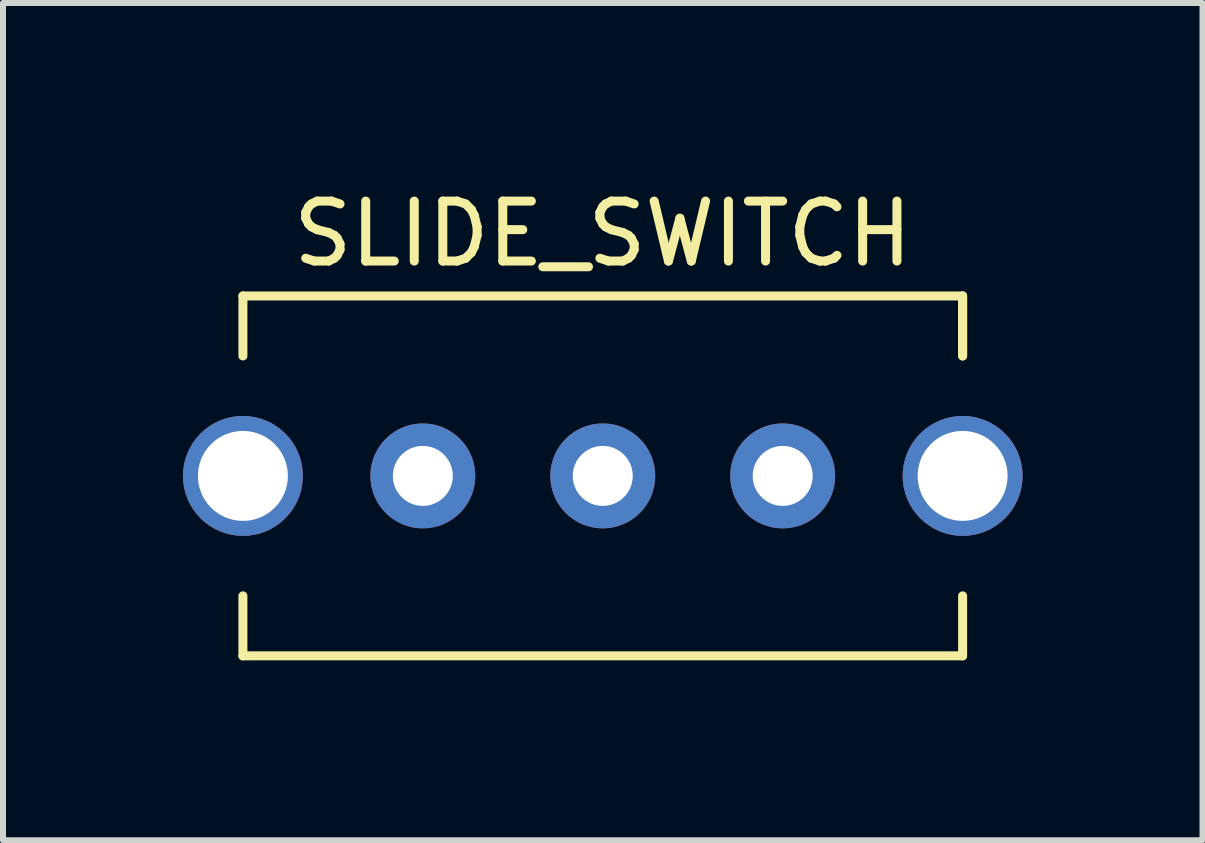
<source format=kicad_pcb>
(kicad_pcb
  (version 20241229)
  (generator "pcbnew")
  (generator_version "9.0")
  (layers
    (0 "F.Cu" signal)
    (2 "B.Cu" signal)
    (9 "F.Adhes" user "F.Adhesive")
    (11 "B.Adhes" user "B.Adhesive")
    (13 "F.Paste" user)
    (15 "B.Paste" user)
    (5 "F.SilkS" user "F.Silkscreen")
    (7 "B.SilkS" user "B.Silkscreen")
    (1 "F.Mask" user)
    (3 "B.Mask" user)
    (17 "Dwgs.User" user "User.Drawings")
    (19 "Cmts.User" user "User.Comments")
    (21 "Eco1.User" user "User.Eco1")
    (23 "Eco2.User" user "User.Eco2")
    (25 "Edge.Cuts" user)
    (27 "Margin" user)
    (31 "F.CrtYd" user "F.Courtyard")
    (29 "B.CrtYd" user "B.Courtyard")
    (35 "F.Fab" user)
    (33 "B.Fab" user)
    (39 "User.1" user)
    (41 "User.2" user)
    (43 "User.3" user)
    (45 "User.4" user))
  (footprint "SLIDE_SWITCH"
    (layer "F.Cu")
    (at 7 4.885)
    (property "Reference" "SLIDE_SWITCH" (at 0 -4.037 0) (layer "F.SilkS") (effects (font (size 1 1) (thickness 0.15))))
    (attr through_hole)
    (fp_line (start -6 -3) (end -6 -2) (stroke (width 0.15) (type solid)) (layer "F.SilkS"))
    (fp_line (start -6 2) (end -6 3) (stroke (width 0.15) (type solid)) (layer "F.SilkS"))
    (fp_line (start -6 3) (end 6 3) (stroke (width 0.15) (type solid)) (layer "F.SilkS"))
    (fp_line (start 6 -3) (end -6 -3) (stroke (width 0.15) (type solid)) (layer "F.SilkS"))
    (fp_line (start 6 -3) (end 6 -2) (stroke (width 0.15) (type solid)) (layer "F.SilkS"))
    (fp_line (start 6 -2) (end 6 -3) (stroke (width 0.15) (type solid)) (layer "F.SilkS"))
    (fp_line (start 6 3) (end 6 2) (stroke (width 0.15) (type solid)) (layer "F.SilkS"))
    (pad "" thru_hole circle (at -6 0) (size 2 2) (drill 1.5) (layers "*.Cu" "*.Mask"))
    (pad "" thru_hole circle (at 6 0) (size 2 2) (drill 1.5) (layers "*.Cu" "*.Mask"))
    (pad "1" thru_hole circle (at -3 0) (size 1.75 1.75) (drill 1) (layers "*.Cu" "*.Mask"))
    (pad "2" thru_hole circle (at 0 0) (size 1.75 1.75) (drill 1) (layers "*.Cu" "*.Mask"))
    (pad "3" thru_hole circle (at 3 0) (size 1.75 1.75) (drill 1) (layers "*.Cu" "*.Mask")))
  (gr_rect
    (start -3 -3)
    (end 17 10.96)
    (stroke (width 0.1) (type default))
    (fill no)
    (layer "Edge.Cuts")))
</source>
